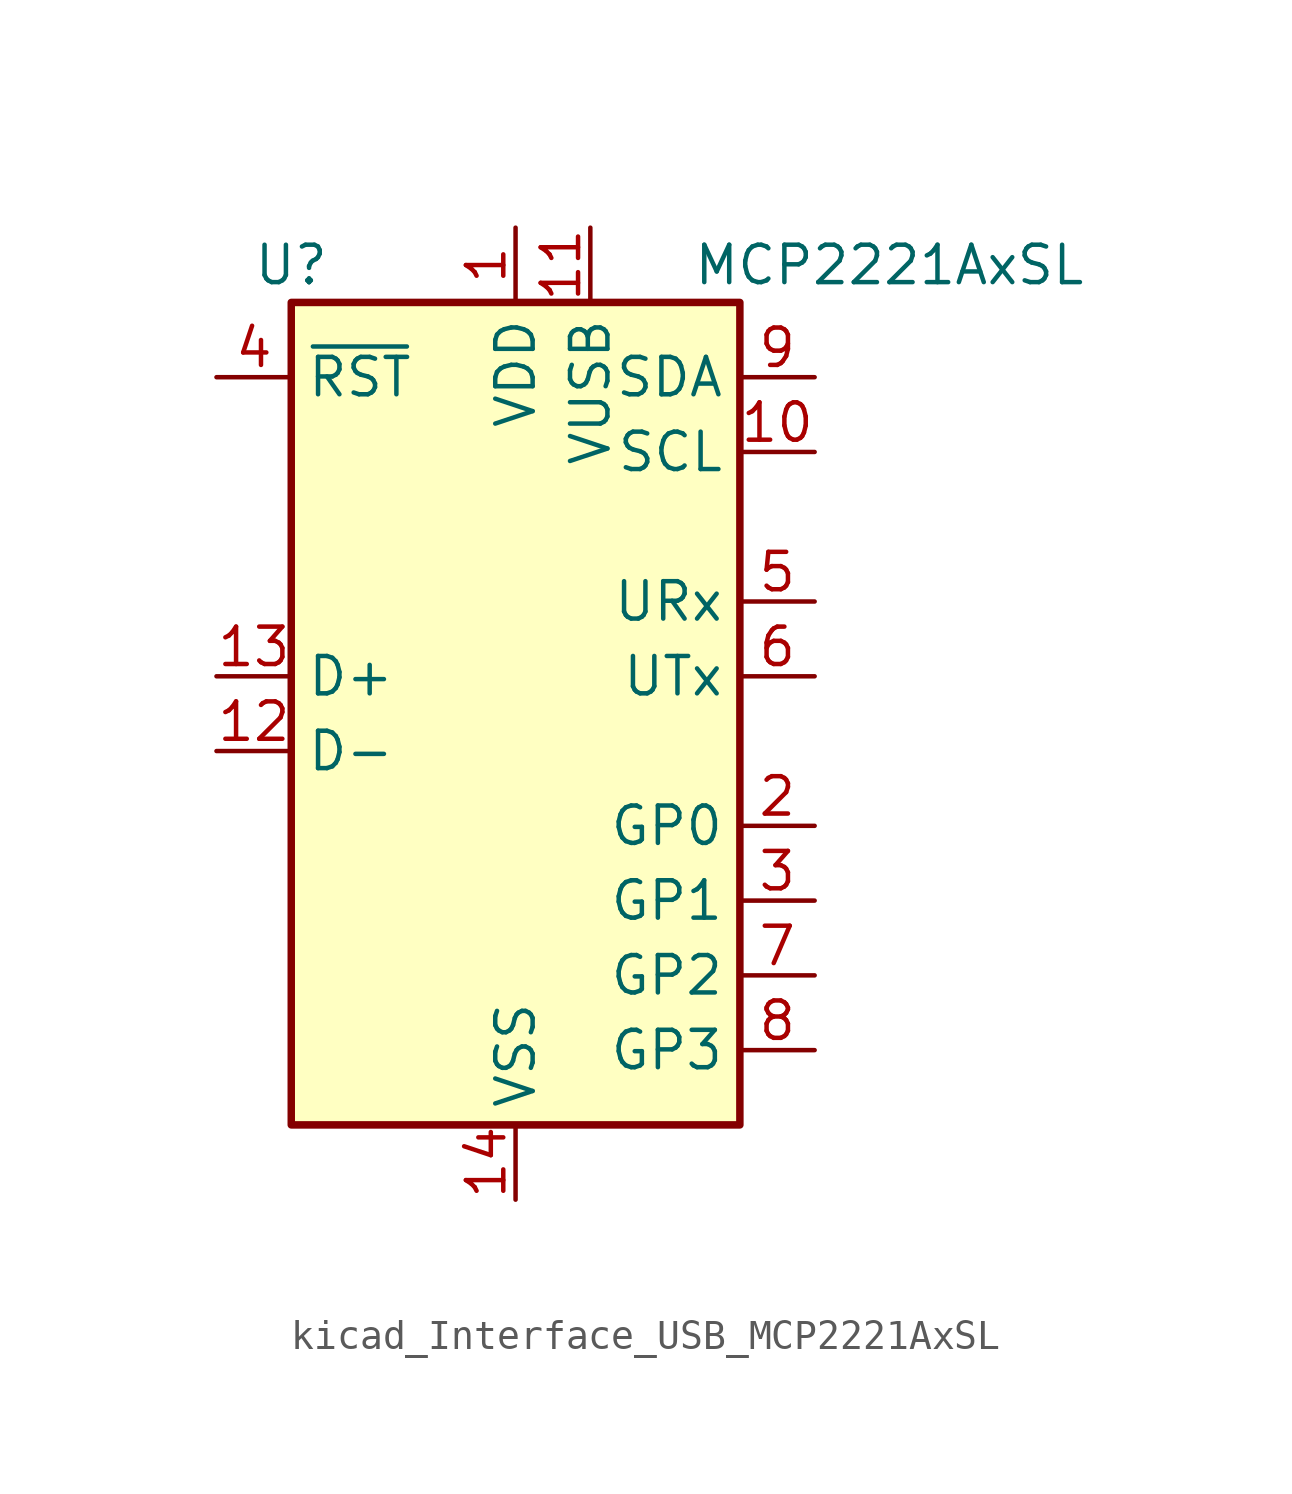
<source format=kicad_sym>
(kicad_symbol_lib
  (version 20220914)
  (generator kicad_symbol_editor)
  (symbol "kicad_Interface_USB_MCP2221AxSL"
    (property "Reference" "U"
      (at -7.62 16.51 0)
      (effects (font (size 1.27 1.27))))
    (property "Value" "MCP2221AxSL"
      (at 12.7 16.51 0)
      (effects (font (size 1.27 1.27))))
    (symbol "kicad_Interface_USB_MCP2221AxSL_0_1"
      (rectangle (start -7.62 15.24) (end 7.62 -12.7) (stroke (width 0.254) (type default)) (fill (type background))))
    (symbol "kicad_Interface_USB_MCP2221AxSL_1_1"
      (pin power_in line (at 0 17.78 270) (length 2.54) (name "VDD" (effects (font (size 1.27 1.27)))) (number "1" (effects (font (size 1.27 1.27)))))
      (pin bidirectional line (at 10.16 10.16 180) (length 2.54) (name "SCL" (effects (font (size 1.27 1.27)))) (number "10" (effects (font (size 1.27 1.27)))))
      (pin passive line (at 2.54 17.78 270) (length 2.54) (name "VUSB" (effects (font (size 1.27 1.27)))) (number "11" (effects (font (size 1.27 1.27)))))
      (pin bidirectional line (at -10.16 0 0) (length 2.54) (name "D-" (effects (font (size 1.27 1.27)))) (number "12" (effects (font (size 1.27 1.27)))))
      (pin bidirectional line (at -10.16 2.54 0) (length 2.54) (name "D+" (effects (font (size 1.27 1.27)))) (number "13" (effects (font (size 1.27 1.27)))))
      (pin power_in line (at 0 -15.24 90) (length 2.54) (name "VSS" (effects (font (size 1.27 1.27)))) (number "14" (effects (font (size 1.27 1.27)))))
      (pin bidirectional line (at 10.16 -2.54 180) (length 2.54) (name "GP0" (effects (font (size 1.27 1.27)))) (number "2" (effects (font (size 1.27 1.27)))))
      (pin bidirectional line (at 10.16 -5.08 180) (length 2.54) (name "GP1" (effects (font (size 1.27 1.27)))) (number "3" (effects (font (size 1.27 1.27)))))
      (pin input line (at -10.16 12.7 0) (length 2.54) (name "~{RST}" (effects (font (size 1.27 1.27)))) (number "4" (effects (font (size 1.27 1.27)))))
      (pin input line (at 10.16 5.08 180) (length 2.54) (name "URx" (effects (font (size 1.27 1.27)))) (number "5" (effects (font (size 1.27 1.27)))))
      (pin output line (at 10.16 2.54 180) (length 2.54) (name "UTx" (effects (font (size 1.27 1.27)))) (number "6" (effects (font (size 1.27 1.27)))))
      (pin bidirectional line (at 10.16 -7.62 180) (length 2.54) (name "GP2" (effects (font (size 1.27 1.27)))) (number "7" (effects (font (size 1.27 1.27)))))
      (pin bidirectional line (at 10.16 -10.16 180) (length 2.54) (name "GP3" (effects (font (size 1.27 1.27)))) (number "8" (effects (font (size 1.27 1.27)))))
      (pin bidirectional line (at 10.16 12.7 180) (length 2.54) (name "SDA" (effects (font (size 1.27 1.27)))) (number "9" (effects (font (size 1.27 1.27))))))))
</source>
